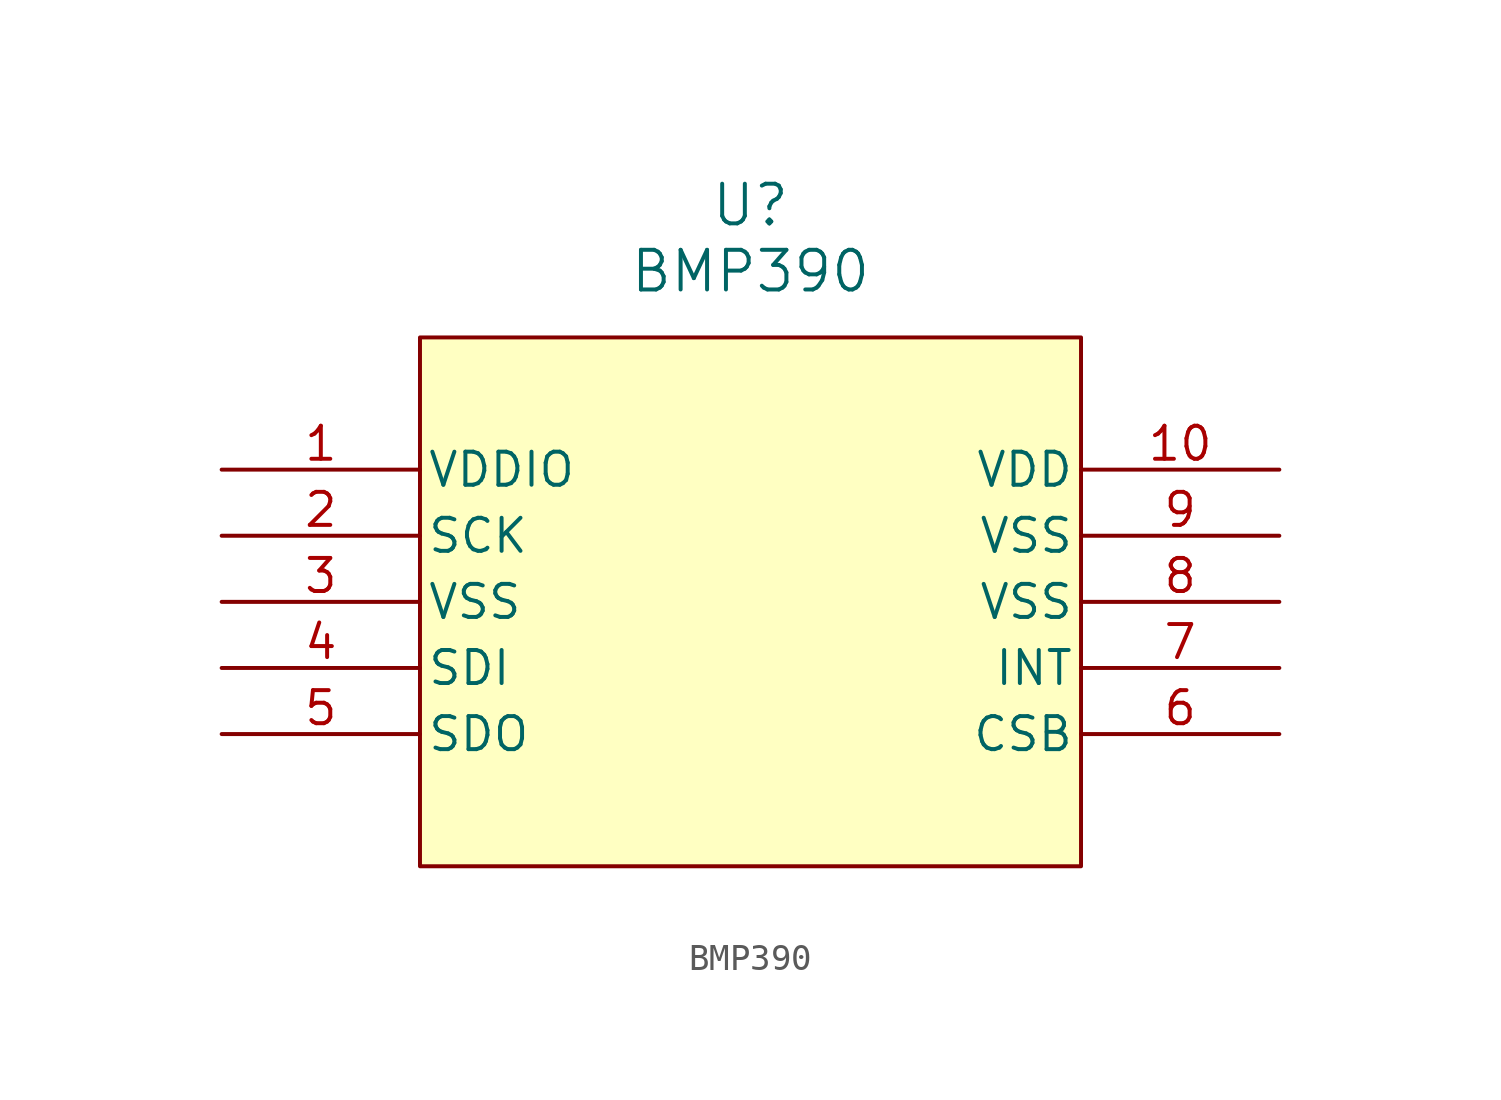
<source format=kicad_sym>
(kicad_symbol_lib
  (version 20241209)
  (generator "kicad_symbol_editor")
  (generator_version "9.0")
  (symbol "BMP390"
    (pin_names
      (offset 0.254))
    (property "Reference" "U"
      (at 20.32 10.16 0)
      (effects (font (size 1.524 1.524))))
    (property "Value" "BMP390"
      (at 20.32 7.62 0)
      (effects (font (size 1.524 1.524))))
    (symbol "BMP390_0_1"
      (pin power_in line (at 0 0 0) (length 7.62) (name "VDDIO" (effects (font (size 1.27 1.27)))) (number "1" (effects (font (size 1.27 1.27)))))
      (pin input line (at 0 -2.54 0) (length 7.62) (name "SCK" (effects (font (size 1.27 1.27)))) (number "2" (effects (font (size 1.27 1.27)))))
      (pin power_out line (at 0 -5.08 0) (length 7.62) (name "VSS" (effects (font (size 1.27 1.27)))) (number "3" (effects (font (size 1.27 1.27)))))
      (pin bidirectional line (at 0 -7.62 0) (length 7.62) (name "SDI" (effects (font (size 1.27 1.27)))) (number "4" (effects (font (size 1.27 1.27)))))
      (pin bidirectional line (at 0 -10.16 0) (length 7.62) (name "SDO" (effects (font (size 1.27 1.27)))) (number "5" (effects (font (size 1.27 1.27)))))
      (pin power_in line (at 40.64 0 180) (length 7.62) (name "VDD" (effects (font (size 1.27 1.27)))) (number "10" (effects (font (size 1.27 1.27)))))
      (pin power_out line (at 40.64 -2.54 180) (length 7.62) (name "VSS" (effects (font (size 1.27 1.27)))) (number "9" (effects (font (size 1.27 1.27)))))
      (pin power_out line (at 40.64 -5.08 180) (length 7.62) (name "VSS" (effects (font (size 1.27 1.27)))) (number "8" (effects (font (size 1.27 1.27)))))
      (pin input line (at 40.64 -7.62 180) (length 7.62) (name "INT" (effects (font (size 1.27 1.27)))) (number "7" (effects (font (size 1.27 1.27)))))
      (pin input line (at 40.64 -10.16 180) (length 7.62) (name "CSB" (effects (font (size 1.27 1.27)))) (number "6" (effects (font (size 1.27 1.27))))))
    (symbol "BMP390_1_1"
      (rectangle (start 7.62 5.08) (end 33.02 -15.24) (stroke (width 0) (type solid)) (fill (type color) (color 255 255 194 1))))))
</source>
